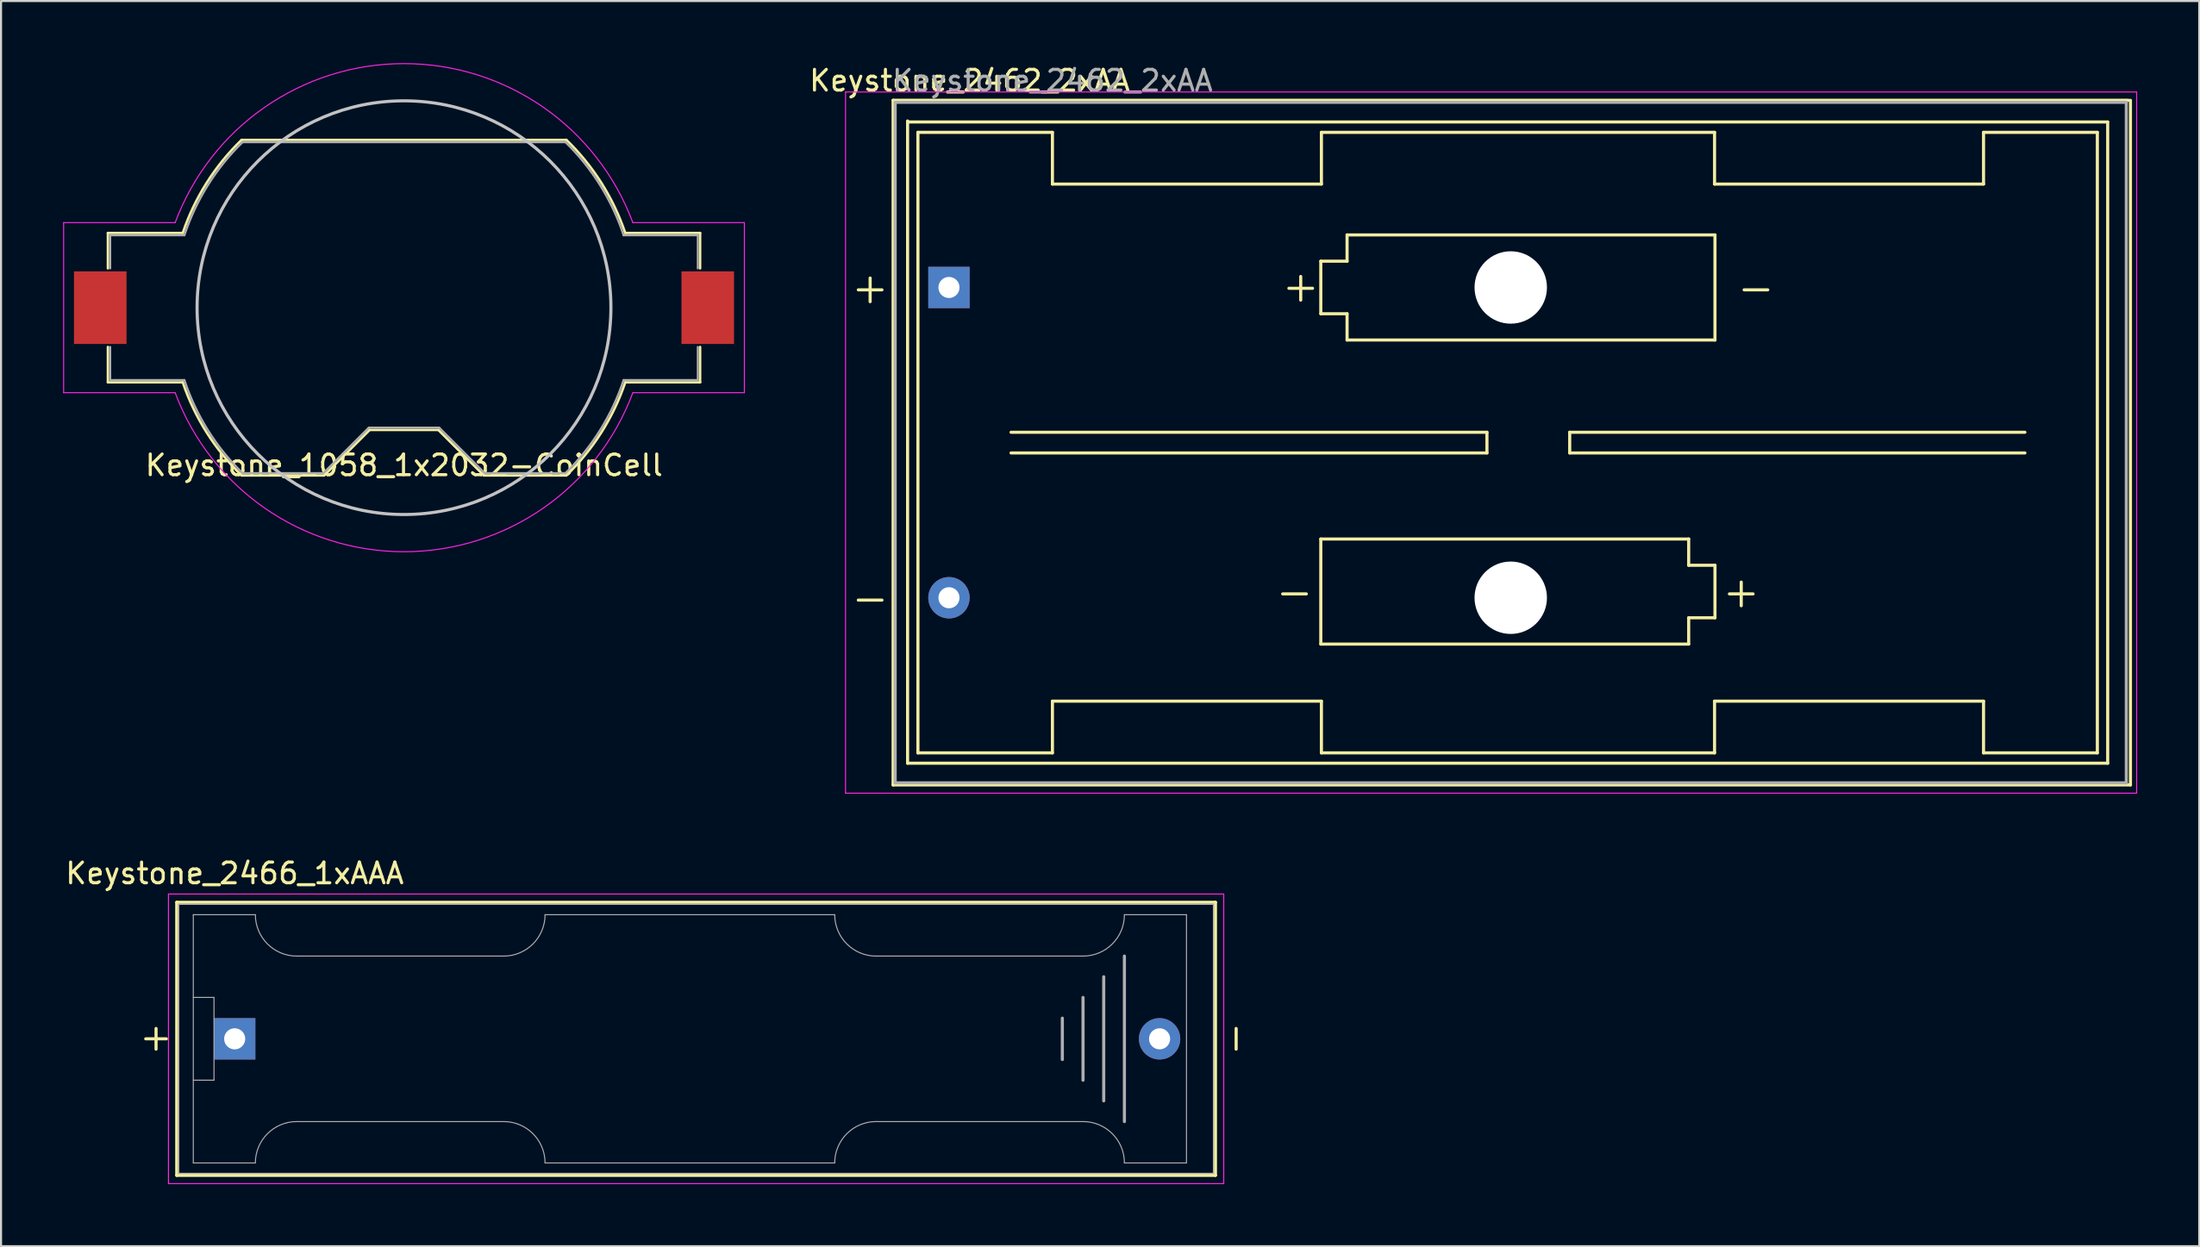
<source format=kicad_pcb>
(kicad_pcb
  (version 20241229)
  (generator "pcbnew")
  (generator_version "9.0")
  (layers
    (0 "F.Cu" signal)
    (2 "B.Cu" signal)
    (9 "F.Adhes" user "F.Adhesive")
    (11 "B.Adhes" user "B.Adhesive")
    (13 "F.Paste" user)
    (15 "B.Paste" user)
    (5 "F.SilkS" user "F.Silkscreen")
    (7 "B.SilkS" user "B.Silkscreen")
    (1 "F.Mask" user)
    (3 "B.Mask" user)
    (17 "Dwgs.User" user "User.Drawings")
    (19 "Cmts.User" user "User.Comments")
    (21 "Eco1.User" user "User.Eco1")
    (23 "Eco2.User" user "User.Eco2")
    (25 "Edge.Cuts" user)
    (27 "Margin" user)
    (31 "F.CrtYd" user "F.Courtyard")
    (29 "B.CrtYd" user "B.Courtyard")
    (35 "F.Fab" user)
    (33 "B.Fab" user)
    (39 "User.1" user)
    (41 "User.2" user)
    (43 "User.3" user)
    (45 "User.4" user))
  (footprint "Keystone_2462_2xAA"
    (layer "F.Cu")
    (at 42.813 10.848)
    (property "Reference" "Keystone_2462_2xAA" (at 1 -10 180) (layer "F.SilkS") (effects (font (size 1 1) (thickness 0.15))))
    (attr through_hole)
    (fp_line (start -2.7 -9.05) (end -2.7 24.05) (stroke (width 0.15) (type solid)) (layer "F.SilkS"))
    (fp_line (start -2.7 -9.05) (end 57 -9.05) (stroke (width 0.15) (type solid)) (layer "F.SilkS"))
    (fp_line (start -2.7 24.05) (end 57.1 24.05) (stroke (width 0.15) (type solid)) (layer "F.SilkS"))
    (fp_line (start -2 -8.05) (end -2 23) (stroke (width 0.15) (type solid)) (layer "F.SilkS"))
    (fp_line (start -2 23) (end 56 23) (stroke (width 0.15) (type solid)) (layer "F.SilkS"))
    (fp_line (start -1.5 -7.5) (end -1.5 22.5) (stroke (width 0.15) (type solid)) (layer "F.SilkS"))
    (fp_line (start -1.5 -7.5) (end 5 -7.5) (stroke (width 0.15) (type solid)) (layer "F.SilkS"))
    (fp_line (start -1.5 22.5) (end 5 22.5) (stroke (width 0.15) (type solid)) (layer "F.SilkS"))
    (fp_line (start 3 7) (end 26 7) (stroke (width 0.15) (type solid)) (layer "F.SilkS"))
    (fp_line (start 5 -5) (end 5 -7.5) (stroke (width 0.15) (type solid)) (layer "F.SilkS"))
    (fp_line (start 5 -5) (end 18 -5) (stroke (width 0.15) (type solid)) (layer "F.SilkS"))
    (fp_line (start 5 20) (end 18 20) (stroke (width 0.15) (type solid)) (layer "F.SilkS"))
    (fp_line (start 5 22.5) (end 5 20) (stroke (width 0.15) (type solid)) (layer "F.SilkS"))
    (fp_line (start 17.97 -1.27) (end 19.24 -1.27) (stroke (width 0.15) (type solid)) (layer "F.SilkS"))
    (fp_line (start 17.97 1.27) (end 17.97 -1.27) (stroke (width 0.15) (type solid)) (layer "F.SilkS"))
    (fp_line (start 17.97 12.16) (end 35.75 12.16) (stroke (width 0.15) (type solid)) (layer "F.SilkS"))
    (fp_line (start 17.97 17.24) (end 17.97 12.16) (stroke (width 0.15) (type solid)) (layer "F.SilkS"))
    (fp_line (start 18 -7.5) (end 37 -7.5) (stroke (width 0.15) (type solid)) (layer "F.SilkS"))
    (fp_line (start 18 -5) (end 18 -7.5) (stroke (width 0.15) (type solid)) (layer "F.SilkS"))
    (fp_line (start 18 22.5) (end 18 20) (stroke (width 0.15) (type solid)) (layer "F.SilkS"))
    (fp_line (start 18 22.5) (end 37 22.5) (stroke (width 0.15) (type solid)) (layer "F.SilkS"))
    (fp_line (start 19.24 -2.54) (end 37.02 -2.54) (stroke (width 0.15) (type solid)) (layer "F.SilkS"))
    (fp_line (start 19.24 -1.27) (end 19.24 -2.54) (stroke (width 0.15) (type solid)) (layer "F.SilkS"))
    (fp_line (start 19.24 1.27) (end 17.97 1.27) (stroke (width 0.15) (type solid)) (layer "F.SilkS"))
    (fp_line (start 19.24 2.54) (end 19.24 1.27) (stroke (width 0.15) (type solid)) (layer "F.SilkS"))
    (fp_line (start 26 7) (end 26 8) (stroke (width 0.15) (type solid)) (layer "F.SilkS"))
    (fp_line (start 26 8) (end 3 8) (stroke (width 0.15) (type solid)) (layer "F.SilkS"))
    (fp_line (start 30 7) (end 30 8) (stroke (width 0.15) (type solid)) (layer "F.SilkS"))
    (fp_line (start 30 8) (end 52 8) (stroke (width 0.15) (type solid)) (layer "F.SilkS"))
    (fp_line (start 35.75 12.16) (end 35.75 13.43) (stroke (width 0.15) (type solid)) (layer "F.SilkS"))
    (fp_line (start 35.75 13.43) (end 37.02 13.43) (stroke (width 0.15) (type solid)) (layer "F.SilkS"))
    (fp_line (start 35.75 15.97) (end 35.75 17.24) (stroke (width 0.15) (type solid)) (layer "F.SilkS"))
    (fp_line (start 35.75 17.24) (end 17.97 17.24) (stroke (width 0.15) (type solid)) (layer "F.SilkS"))
    (fp_line (start 37 -5) (end 37 -7.5) (stroke (width 0.15) (type solid)) (layer "F.SilkS"))
    (fp_line (start 37 -5) (end 50 -5) (stroke (width 0.15) (type solid)) (layer "F.SilkS"))
    (fp_line (start 37 20) (end 50 20) (stroke (width 0.15) (type solid)) (layer "F.SilkS"))
    (fp_line (start 37 22.5) (end 37 20) (stroke (width 0.15) (type solid)) (layer "F.SilkS"))
    (fp_line (start 37.02 -2.54) (end 37.02 2.54) (stroke (width 0.15) (type solid)) (layer "F.SilkS"))
    (fp_line (start 37.02 2.54) (end 19.24 2.54) (stroke (width 0.15) (type solid)) (layer "F.SilkS"))
    (fp_line (start 37.02 13.43) (end 37.02 15.97) (stroke (width 0.15) (type solid)) (layer "F.SilkS"))
    (fp_line (start 37.02 15.97) (end 35.75 15.97) (stroke (width 0.15) (type solid)) (layer "F.SilkS"))
    (fp_line (start 50 -7.5) (end 55.5 -7.5) (stroke (width 0.15) (type solid)) (layer "F.SilkS"))
    (fp_line (start 50 -5) (end 50 -7.5) (stroke (width 0.15) (type solid)) (layer "F.SilkS"))
    (fp_line (start 50 22.5) (end 50 20) (stroke (width 0.15) (type solid)) (layer "F.SilkS"))
    (fp_line (start 50 22.5) (end 55.5 22.5) (stroke (width 0.15) (type solid)) (layer "F.SilkS"))
    (fp_line (start 52 7) (end 30 7) (stroke (width 0.15) (type solid)) (layer "F.SilkS"))
    (fp_line (start 55.5 -7.5) (end 55.5 22.5) (stroke (width 0.15) (type solid)) (layer "F.SilkS"))
    (fp_line (start 56 -8) (end -2 -8) (stroke (width 0.15) (type solid)) (layer "F.SilkS"))
    (fp_line (start 56 23) (end 56 -8) (stroke (width 0.15) (type solid)) (layer "F.SilkS"))
    (fp_line (start 57.1 -9.05) (end 57.1 24.05) (stroke (width 0.15) (type solid)) (layer "F.SilkS"))
    (fp_line (start -5 -9.45) (end -5 24.45) (stroke (width 0.05) (type solid)) (layer "F.CrtYd"))
    (fp_line (start -5 -9.45) (end 57.4 -9.45) (stroke (width 0.05) (type solid)) (layer "F.CrtYd"))
    (fp_line (start -5 24.45) (end 57.4 24.45) (stroke (width 0.05) (type solid)) (layer "F.CrtYd"))
    (fp_line (start 57.4 -9.45) (end 57.4 24.45) (stroke (width 0.05) (type solid)) (layer "F.CrtYd"))
    (fp_line (start -2.6 -8.95) (end -2.6 23.95) (stroke (width 0.15) (type solid)) (layer "F.Fab"))
    (fp_line (start -2.6 -8.95) (end 56.9 -8.95) (stroke (width 0.15) (type solid)) (layer "F.Fab"))
    (fp_line (start -2.6 23.95) (end 56.9 23.95) (stroke (width 0.15) (type solid)) (layer "F.Fab"))
    (fp_line (start 56.9 -8.95) (end 56.9 23.95) (stroke (width 0.15) (type solid)) (layer "F.Fab"))
    (fp_text user "-" (at -3.81 15 0) (layer "F.SilkS") (effects (font (size 1.5 1.5) (thickness 0.15))))
    (fp_text user "-" (at 16.7 14.7 0) (layer "F.SilkS") (effects (font (size 1.5 1.5) (thickness 0.15))))
    (fp_text user "+" (at 38.29 14.7 0) (layer "F.SilkS") (effects (font (size 1.5 1.5) (thickness 0.15))))
    (fp_text user "+" (at 17 -0.075 0) (layer "F.SilkS") (effects (font (size 1.5 1.5) (thickness 0.15))))
    (fp_text user "+" (at -3.81 0 0) (layer "F.SilkS") (effects (font (size 1.5 1.5) (thickness 0.15))))
    (fp_text user "-" (at 39 0 0) (layer "F.SilkS") (effects (font (size 1.5 1.5) (thickness 0.15))))
    (fp_text user "${REFERENCE}" (at 5 -10 0) (layer "F.Fab") (effects (font (size 1 1) (thickness 0.15))))
    (pad "" np_thru_hole circle (at 27.15 0) (size 3.5 3.5) (drill 3.5) (layers "*.Cu" "*.Mask"))
    (pad "" np_thru_hole circle (at 27.15 15) (size 3.5 3.5) (drill 3.5) (layers "*.Cu" "*.Mask"))
    (pad "1" thru_hole rect (at 0 0) (size 2 2) (drill 1.02) (layers "*.Cu" "*.Mask"))
    (pad "2" thru_hole circle (at 0 15) (size 2 2) (drill 1.02) (layers "*.Cu" "*.Mask")))
  (footprint "Keystone_2466_1xAAA"
    (layer "F.Cu")
    (at 8.292 47.172)
    (property "Reference" "Keystone_2466_1xAAA" (at 0 -8 180) (layer "F.SilkS") (effects (font (size 1 1) (thickness 0.15))))
    (attr through_hole)
    (fp_line (start -3.8 -0.5) (end -3.8 0.5) (stroke (width 0.15) (type solid)) (layer "F.SilkS"))
    (fp_line (start -3.3 0) (end -4.3 0) (stroke (width 0.15) (type solid)) (layer "F.SilkS"))
    (fp_line (start -2.8 -6.6) (end -2.8 6.6) (stroke (width 0.15) (type solid)) (layer "F.SilkS"))
    (fp_line (start -2.8 6.6) (end 47.4 6.6) (stroke (width 0.15) (type solid)) (layer "F.SilkS"))
    (fp_line (start 47.4 -6.6) (end -2.8 -6.6) (stroke (width 0.15) (type solid)) (layer "F.SilkS"))
    (fp_line (start 47.4 6.6) (end 47.4 -6.6) (stroke (width 0.15) (type solid)) (layer "F.SilkS"))
    (fp_line (start 48.4 0.5) (end 48.4 -0.5) (stroke (width 0.15) (type solid)) (layer "F.SilkS"))
    (fp_line (start -3.2 -7) (end -3.2 7) (stroke (width 0.05) (type solid)) (layer "F.CrtYd"))
    (fp_line (start -3.2 7) (end 47.8 7) (stroke (width 0.05) (type solid)) (layer "F.CrtYd"))
    (fp_line (start 47.8 -7) (end -3.2 -7) (stroke (width 0.05) (type solid)) (layer "F.CrtYd"))
    (fp_line (start 47.8 7) (end 47.8 -7) (stroke (width 0.05) (type solid)) (layer "F.CrtYd"))
    (fp_line (start -2.7 -6.5) (end 47.3 -6.5) (stroke (width 0.05) (type solid)) (layer "F.Fab"))
    (fp_line (start -2.7 0) (end -2.7 -6.5) (stroke (width 0.05) (type solid)) (layer "F.Fab"))
    (fp_line (start -2.7 6.5) (end -2.7 0) (stroke (width 0.05) (type solid)) (layer "F.Fab"))
    (fp_line (start -2 -6) (end -2 6) (stroke (width 0.05) (type solid)) (layer "F.Fab"))
    (fp_line (start -2 -6) (end 1 -6) (stroke (width 0.05) (type solid)) (layer "F.Fab"))
    (fp_line (start -2 -2) (end -1 -2) (stroke (width 0.05) (type solid)) (layer "F.Fab"))
    (fp_line (start -2 6) (end 1 6) (stroke (width 0.05) (type solid)) (layer "F.Fab"))
    (fp_line (start -1 -2) (end -1 2) (stroke (width 0.05) (type solid)) (layer "F.Fab"))
    (fp_line (start -1 2) (end -2 2) (stroke (width 0.05) (type solid)) (layer "F.Fab"))
    (fp_line (start 3 -4) (end 13 -4) (stroke (width 0.05) (type solid)) (layer "F.Fab"))
    (fp_line (start 3 4) (end 13 4) (stroke (width 0.05) (type solid)) (layer "F.Fab"))
    (fp_line (start 15 6) (end 29 6) (stroke (width 0.05) (type solid)) (layer "F.Fab"))
    (fp_line (start 29 -6) (end 15 -6) (stroke (width 0.05) (type solid)) (layer "F.Fab"))
    (fp_line (start 40 -1) (end 40 1) (stroke (width 0.15) (type solid)) (layer "F.Fab"))
    (fp_line (start 41 -4) (end 31 -4) (stroke (width 0.05) (type solid)) (layer "F.Fab"))
    (fp_line (start 41 -2) (end 41 2) (stroke (width 0.15) (type solid)) (layer "F.Fab"))
    (fp_line (start 41 4) (end 31 4) (stroke (width 0.05) (type solid)) (layer "F.Fab"))
    (fp_line (start 42 3) (end 42 -3) (stroke (width 0.15) (type solid)) (layer "F.Fab"))
    (fp_line (start 43 -4) (end 43 4) (stroke (width 0.15) (type solid)) (layer "F.Fab"))
    (fp_line (start 46 -6) (end 43 -6) (stroke (width 0.05) (type solid)) (layer "F.Fab"))
    (fp_line (start 46 -6) (end 46 6) (stroke (width 0.05) (type solid)) (layer "F.Fab"))
    (fp_line (start 46 6) (end 43 6) (stroke (width 0.05) (type solid)) (layer "F.Fab"))
    (fp_line (start 47.3 -6.5) (end 47.3 6.5) (stroke (width 0.05) (type solid)) (layer "F.Fab"))
    (fp_line (start 47.3 6.5) (end -2.7 6.5) (stroke (width 0.05) (type solid)) (layer "F.Fab"))
    (fp_arc (start 1 6) (mid 1.585786 4.585786) (end 3 4) (stroke (width 0.05) (type solid)) (layer "F.Fab"))
    (fp_arc (start 3 -4) (mid 1.585786 -4.585786) (end 1 -6) (stroke (width 0.05) (type solid)) (layer "F.Fab"))
    (fp_arc (start 13 4) (mid 14.414214 4.585786) (end 15 6) (stroke (width 0.05) (type solid)) (layer "F.Fab"))
    (fp_arc (start 15 -6) (mid 14.414214 -4.585786) (end 13 -4) (stroke (width 0.05) (type solid)) (layer "F.Fab"))
    (fp_arc (start 29 6) (mid 29.585786 4.585786) (end 31 4) (stroke (width 0.05) (type solid)) (layer "F.Fab"))
    (fp_arc (start 31 -4) (mid 29.585786 -4.585786) (end 29 -6) (stroke (width 0.05) (type solid)) (layer "F.Fab"))
    (fp_arc (start 41 4) (mid 42.414214 4.585786) (end 43 6) (stroke (width 0.05) (type solid)) (layer "F.Fab"))
    (fp_arc (start 43 -6) (mid 42.414214 -4.585786) (end 41 -4) (stroke (width 0.05) (type solid)) (layer "F.Fab"))
    (pad "1" thru_hole rect (at 0 0) (size 2 2) (drill 1.02) (layers "*.Cu" "*.Mask"))
    (pad "2" thru_hole circle (at 44.7 0) (size 2 2) (drill 1.02) (layers "*.Cu" "*.Mask")))
  (footprint "Keystone_1058_1x2032-CoinCell"
    (layer "F.Cu")
    (at 16.475 11.824)
    (property "Reference" "Keystone_1058_1x2032-CoinCell" (at 0 7.62 0) (layer "F.SilkS") (effects (font (size 1 1) (thickness 0.15))))
    (attr smd)
    (fp_line (start -14.31 -3.61) (end -10.692 -3.61) (stroke (width 0.12) (type solid)) (layer "F.SilkS"))
    (fp_line (start -14.31 -1.9) (end -14.31 -3.61) (stroke (width 0.12) (type solid)) (layer "F.SilkS"))
    (fp_line (start -14.31 1.9) (end -14.31 3.61) (stroke (width 0.12) (type solid)) (layer "F.SilkS"))
    (fp_line (start -10.692 3.61) (end -14.31 3.61) (stroke (width 0.12) (type solid)) (layer "F.SilkS"))
    (fp_line (start -7.847 -8.11) (end 7.847 -8.11) (stroke (width 0.12) (type solid)) (layer "F.SilkS"))
    (fp_line (start -3.86 8.11) (end -7.847 8.11) (stroke (width 0.12) (type solid)) (layer "F.SilkS"))
    (fp_line (start -1.66 5.91) (end -3.86 8.11) (stroke (width 0.12) (type solid)) (layer "F.SilkS"))
    (fp_line (start 1.66 5.91) (end -1.66 5.91) (stroke (width 0.12) (type solid)) (layer "F.SilkS"))
    (fp_line (start 1.66 5.91) (end 3.86 8.11) (stroke (width 0.12) (type solid)) (layer "F.SilkS"))
    (fp_line (start 7.847 8.11) (end 3.86 8.11) (stroke (width 0.12) (type solid)) (layer "F.SilkS"))
    (fp_line (start 10.692 -3.61) (end 14.31 -3.61) (stroke (width 0.12) (type solid)) (layer "F.SilkS"))
    (fp_line (start 14.31 -1.9) (end 14.31 -3.61) (stroke (width 0.12) (type solid)) (layer "F.SilkS"))
    (fp_line (start 14.31 1.9) (end 14.31 3.61) (stroke (width 0.12) (type solid)) (layer "F.SilkS"))
    (fp_line (start 14.31 3.61) (end 10.692 3.61) (stroke (width 0.12) (type solid)) (layer "F.SilkS"))
    (fp_arc (start -10.692 -3.61) (mid -9.538084 -6.031244) (end -7.845371 -8.111789) (stroke (width 0.12) (type solid)) (layer "F.SilkS"))
    (fp_arc (start -7.845371 8.111789) (mid -9.538085 6.031244) (end -10.692 3.61) (stroke (width 0.12) (type solid)) (layer "F.SilkS"))
    (fp_arc (start 7.845371 -8.111789) (mid 9.538085 -6.031244) (end 10.692 -3.61) (stroke (width 0.12) (type solid)) (layer "F.SilkS"))
    (fp_arc (start 10.692 3.61) (mid 9.538084 6.031244) (end 7.845371 8.111789) (stroke (width 0.12) (type solid)) (layer "F.SilkS"))
    (fp_circle (center 0 0) (end 10 0) (stroke (width 0.15) (type solid)) (fill no) (layer "Dwgs.User"))
    (fp_line (start -16.45 -4.11) (end -16.45 4.11) (stroke (width 0.05) (type solid)) (layer "F.CrtYd"))
    (fp_line (start -16.45 -4.11) (end -11.06 -4.11) (stroke (width 0.05) (type solid)) (layer "F.CrtYd"))
    (fp_line (start -16.45 4.11) (end -11.06 4.11) (stroke (width 0.05) (type solid)) (layer "F.CrtYd"))
    (fp_line (start 11.06 4.11) (end 16.45 4.11) (stroke (width 0.05) (type solid)) (layer "F.CrtYd"))
    (fp_line (start 16.45 -4.11) (end 11.06 -4.11) (stroke (width 0.05) (type solid)) (layer "F.CrtYd"))
    (fp_line (start 16.45 4.11) (end 16.45 -4.11) (stroke (width 0.05) (type solid)) (layer "F.CrtYd"))
    (fp_arc (start -11.06 -4.11) (mid -0.002978 -11.79897) (end 11.057924 -4.115582) (stroke (width 0.05) (type solid)) (layer "F.CrtYd"))
    (fp_arc (start 11.06 4.11) (mid 0.002978 11.79897) (end -11.057924 4.115582) (stroke (width 0.05) (type solid)) (layer "F.CrtYd"))
    (fp_line (start -14.2 -3.5) (end -14.2 -1.9) (stroke (width 0.1) (type solid)) (layer "F.Fab"))
    (fp_line (start -14.2 -3.5) (end -10.613 -3.5) (stroke (width 0.1) (type solid)) (layer "F.Fab"))
    (fp_line (start -14.2 1.9) (end -14.2 3.5) (stroke (width 0.1) (type solid)) (layer "F.Fab"))
    (fp_line (start -14.2 3.5) (end -10.613 3.5) (stroke (width 0.1) (type solid)) (layer "F.Fab"))
    (fp_line (start -7.803 -8) (end 7.803 -8) (stroke (width 0.1) (type solid)) (layer "F.Fab"))
    (fp_line (start -3.9 8) (end -7.803 8) (stroke (width 0.1) (type solid)) (layer "F.Fab"))
    (fp_line (start -1.7 5.8) (end -3.9 8) (stroke (width 0.1) (type solid)) (layer "F.Fab"))
    (fp_line (start -1.7 5.8) (end 1.7 5.8) (stroke (width 0.1) (type solid)) (layer "F.Fab"))
    (fp_line (start 1.7 5.8) (end 3.9 8) (stroke (width 0.1) (type solid)) (layer "F.Fab"))
    (fp_line (start 3.9 8) (end 7.803 8) (stroke (width 0.1) (type solid)) (layer "F.Fab"))
    (fp_line (start 10.613 -3.5) (end 14.2 -3.5) (stroke (width 0.1) (type solid)) (layer "F.Fab"))
    (fp_line (start 14.2 -3.5) (end 14.2 -1.9) (stroke (width 0.1) (type solid)) (layer "F.Fab"))
    (fp_line (start 14.2 1.9) (end 14.2 3.5) (stroke (width 0.1) (type solid)) (layer "F.Fab"))
    (fp_line (start 14.2 3.5) (end 10.613 3.5) (stroke (width 0.1) (type solid)) (layer "F.Fab"))
    (fp_arc (start -10.61275 -3.5) (mid -9.478596 -5.919179) (end -7.802602 -7.999992) (stroke (width 0.1) (type solid)) (layer "F.Fab"))
    (fp_arc (start -7.802602 7.999992) (mid -9.478596 5.91918) (end -10.61275 3.5) (stroke (width 0.1) (type solid)) (layer "F.Fab"))
    (fp_arc (start 7.802602 -7.999992) (mid 9.478596 -5.91918) (end 10.61275 -3.5) (stroke (width 0.1) (type solid)) (layer "F.Fab"))
    (fp_arc (start 10.61275 3.5) (mid 9.478596 5.919179) (end 7.802602 7.999992) (stroke (width 0.1) (type solid)) (layer "F.Fab"))
    (pad "1" smd rect (at -14.68 0) (size 2.54 3.51) (layers "F.Cu" "F.Mask" "F.Paste"))
    (pad "2" smd rect (at 14.68 0) (size 2.54 3.51) (layers "F.Cu" "F.Mask" "F.Paste")))
  (gr_rect
    (start -3 -3)
    (end 103.238 57.197)
    (stroke (width 0.1) (type default))
    (fill no)
    (layer "Edge.Cuts")))
</source>
